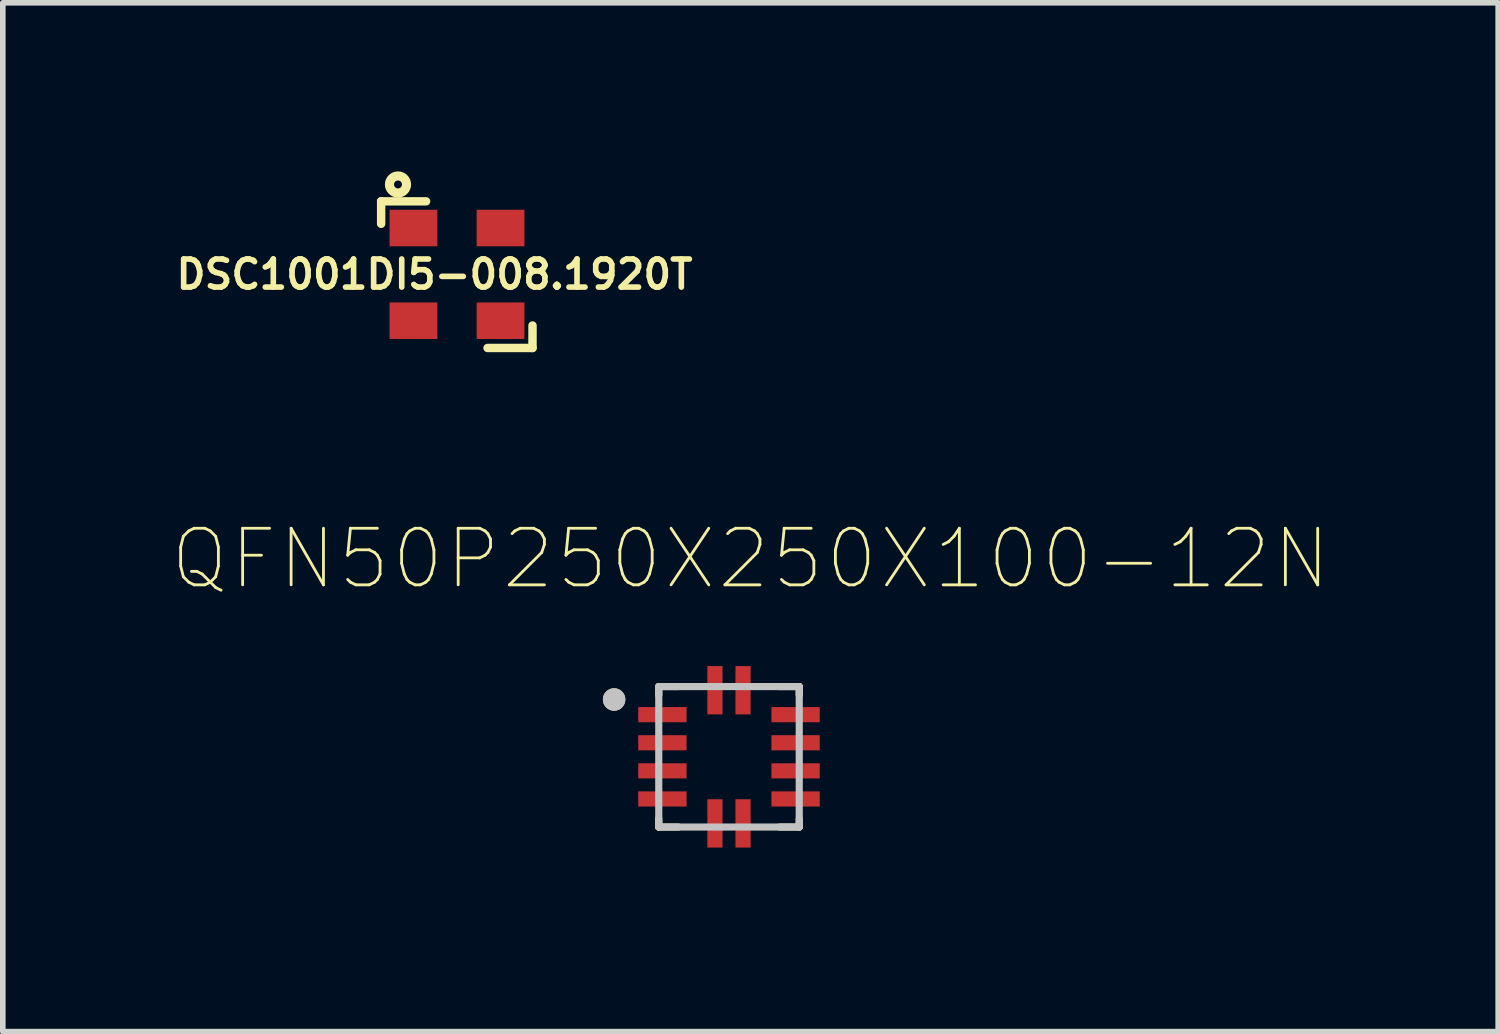
<source format=kicad_pcb>
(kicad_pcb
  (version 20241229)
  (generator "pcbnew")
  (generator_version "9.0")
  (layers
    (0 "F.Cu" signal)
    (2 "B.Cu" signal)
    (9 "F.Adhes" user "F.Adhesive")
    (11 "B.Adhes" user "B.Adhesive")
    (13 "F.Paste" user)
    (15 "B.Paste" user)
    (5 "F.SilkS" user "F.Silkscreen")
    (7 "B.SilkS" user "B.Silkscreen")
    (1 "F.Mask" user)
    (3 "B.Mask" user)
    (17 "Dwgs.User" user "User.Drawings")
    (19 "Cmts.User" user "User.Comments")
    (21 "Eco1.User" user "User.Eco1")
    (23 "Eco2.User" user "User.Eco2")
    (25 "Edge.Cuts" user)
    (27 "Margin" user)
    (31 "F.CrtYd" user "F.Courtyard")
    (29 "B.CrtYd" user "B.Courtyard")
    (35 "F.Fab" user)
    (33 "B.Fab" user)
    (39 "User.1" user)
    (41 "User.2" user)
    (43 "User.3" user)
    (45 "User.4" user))
  (footprint "QFN50P250X250X100-12N"
    (layer "F.Cu")
    (at 9.924 10.419)
    (property "Reference" "QFN50P250X250X100-12N" (at 0.383 -3.524 0) (layer "F.SilkS") (effects (font (size 1.007 1.007) (thickness 0.05))))
    (attr smd)
    (fp_line (start -1.25 -1.25) (end -1.25 -1.1) (stroke (width 0.127) (type solid)) (layer "F.SilkS"))
    (fp_line (start -1.25 -1.25) (end -0.9 -1.25) (stroke (width 0.127) (type solid)) (layer "F.SilkS"))
    (fp_line (start -1.25 1.25) (end -1.25 1.1) (stroke (width 0.127) (type solid)) (layer "F.SilkS"))
    (fp_line (start -1.25 1.25) (end -0.9 1.25) (stroke (width 0.127) (type solid)) (layer "F.SilkS"))
    (fp_line (start 1.25 -1.25) (end 0.9 -1.25) (stroke (width 0.127) (type solid)) (layer "F.SilkS"))
    (fp_line (start 1.25 -1.25) (end 1.25 -1.1) (stroke (width 0.127) (type solid)) (layer "F.SilkS"))
    (fp_line (start 1.25 1.25) (end 0.9 1.25) (stroke (width 0.127) (type solid)) (layer "F.SilkS"))
    (fp_line (start 1.25 1.25) (end 1.25 1.1) (stroke (width 0.127) (type solid)) (layer "F.SilkS"))
    (fp_circle (center -2.045 -1.02) (end -1.945 -1.02) (stroke (width 0.2) (type solid)) (fill no) (layer "F.SilkS"))
    (fp_line (start -1.25 1.25) (end -1.25 -1.25) (stroke (width 0.127) (type solid)) (layer "Dwgs.User"))
    (fp_line (start 1.25 -1.25) (end -1.25 -1.25) (stroke (width 0.127) (type solid)) (layer "Dwgs.User"))
    (fp_line (start 1.25 1.25) (end -1.25 1.25) (stroke (width 0.127) (type solid)) (layer "Dwgs.User"))
    (fp_line (start 1.25 1.25) (end 1.25 -1.25) (stroke (width 0.127) (type solid)) (layer "Dwgs.User"))
    (fp_circle (center -2.045 -1.02) (end -1.945 -1.02) (stroke (width 0.2) (type solid)) (fill no) (layer "Dwgs.User"))
    (fp_line (start -1.865 -1.865) (end 1.865 -1.865) (stroke (width 0.05) (type solid)) (layer "Eco1.User"))
    (fp_line (start -1.865 1.865) (end -1.865 -1.865) (stroke (width 0.05) (type solid)) (layer "Eco1.User"))
    (fp_line (start -1.865 1.865) (end 1.865 1.865) (stroke (width 0.05) (type solid)) (layer "Eco1.User"))
    (fp_line (start 1.865 1.865) (end 1.865 -1.865) (stroke (width 0.05) (type solid)) (layer "Eco1.User"))
    (pad "1" smd rect (at -1.185 -0.75) (size 0.86 0.27) (layers "F.Cu" "F.Mask" "F.Paste"))
    (pad "2" smd rect (at -1.185 -0.25) (size 0.86 0.27) (layers "F.Cu" "F.Mask" "F.Paste"))
    (pad "3" smd rect (at -1.185 0.25) (size 0.86 0.27) (layers "F.Cu" "F.Mask" "F.Paste"))
    (pad "4" smd rect (at -1.185 0.75) (size 0.86 0.27) (layers "F.Cu" "F.Mask" "F.Paste"))
    (pad "5" smd rect (at -0.25 1.185 90) (size 0.86 0.27) (layers "F.Cu" "F.Mask" "F.Paste"))
    (pad "6" smd rect (at 0.25 1.185 90) (size 0.86 0.27) (layers "F.Cu" "F.Mask" "F.Paste"))
    (pad "7" smd rect (at 1.185 0.75) (size 0.86 0.27) (layers "F.Cu" "F.Mask" "F.Paste"))
    (pad "8" smd rect (at 1.185 0.25) (size 0.86 0.27) (layers "F.Cu" "F.Mask" "F.Paste"))
    (pad "9" smd rect (at 1.185 -0.25) (size 0.86 0.27) (layers "F.Cu" "F.Mask" "F.Paste"))
    (pad "10" smd rect (at 1.185 -0.75) (size 0.86 0.27) (layers "F.Cu" "F.Mask" "F.Paste"))
    (pad "11" smd rect (at 0.25 -1.185 90) (size 0.86 0.27) (layers "F.Cu" "F.Mask" "F.Paste"))
    (pad "12" smd rect (at -0.25 -1.185 90) (size 0.86 0.27) (layers "F.Cu" "F.Mask" "F.Paste")))
  (footprint "DSC1001DI5-008.1920T"
    (layer "F.Cu")
    (at 5.083 1.833)
    (property "Reference" "DSC1001DI5-008.1920T" (at -0.4 0 0) (layer "F.SilkS") (effects (font (size 0.5 0.5) (thickness 0.1))))
    (attr through_hole)
    (fp_line (start -1.35 -1.3) (end -1.35 -0.9) (stroke (width 0.15) (type solid)) (layer "F.SilkS"))
    (fp_line (start -1.35 -1.3) (end -0.55 -1.3) (stroke (width 0.15) (type solid)) (layer "F.SilkS"))
    (fp_line (start 1.344 1.31) (end 0.544 1.31) (stroke (width 0.15) (type solid)) (layer "F.SilkS"))
    (fp_line (start 1.344 1.31) (end 1.344 0.91) (stroke (width 0.15) (type solid)) (layer "F.SilkS"))
    (fp_circle (center -1.05 -1.6) (end -1 -1.55) (stroke (width 0.15) (type solid)) (fill no) (layer "F.SilkS"))
    (fp_circle (center -1.05 -1.6) (end -0.9 -1.55) (stroke (width 0.15) (type solid)) (fill no) (layer "F.SilkS"))
    (pad "1" smd rect (at -0.775 -0.825) (size 0.85 0.65) (layers "F.Cu" "F.Mask" "F.Paste"))
    (pad "2" smd rect (at -0.775 0.825) (size 0.85 0.65) (layers "F.Cu" "F.Mask" "F.Paste"))
    (pad "3" smd rect (at 0.775 0.825) (size 0.85 0.65) (layers "F.Cu" "F.Mask" "F.Paste"))
    (pad "4" smd rect (at 0.775 -0.825) (size 0.85 0.65) (layers "F.Cu" "F.Mask" "F.Paste")))
  (gr_rect
    (start -3 -3)
    (end 23.613 15.309)
    (stroke (width 0.1) (type default))
    (fill no)
    (layer "Edge.Cuts")))
</source>
